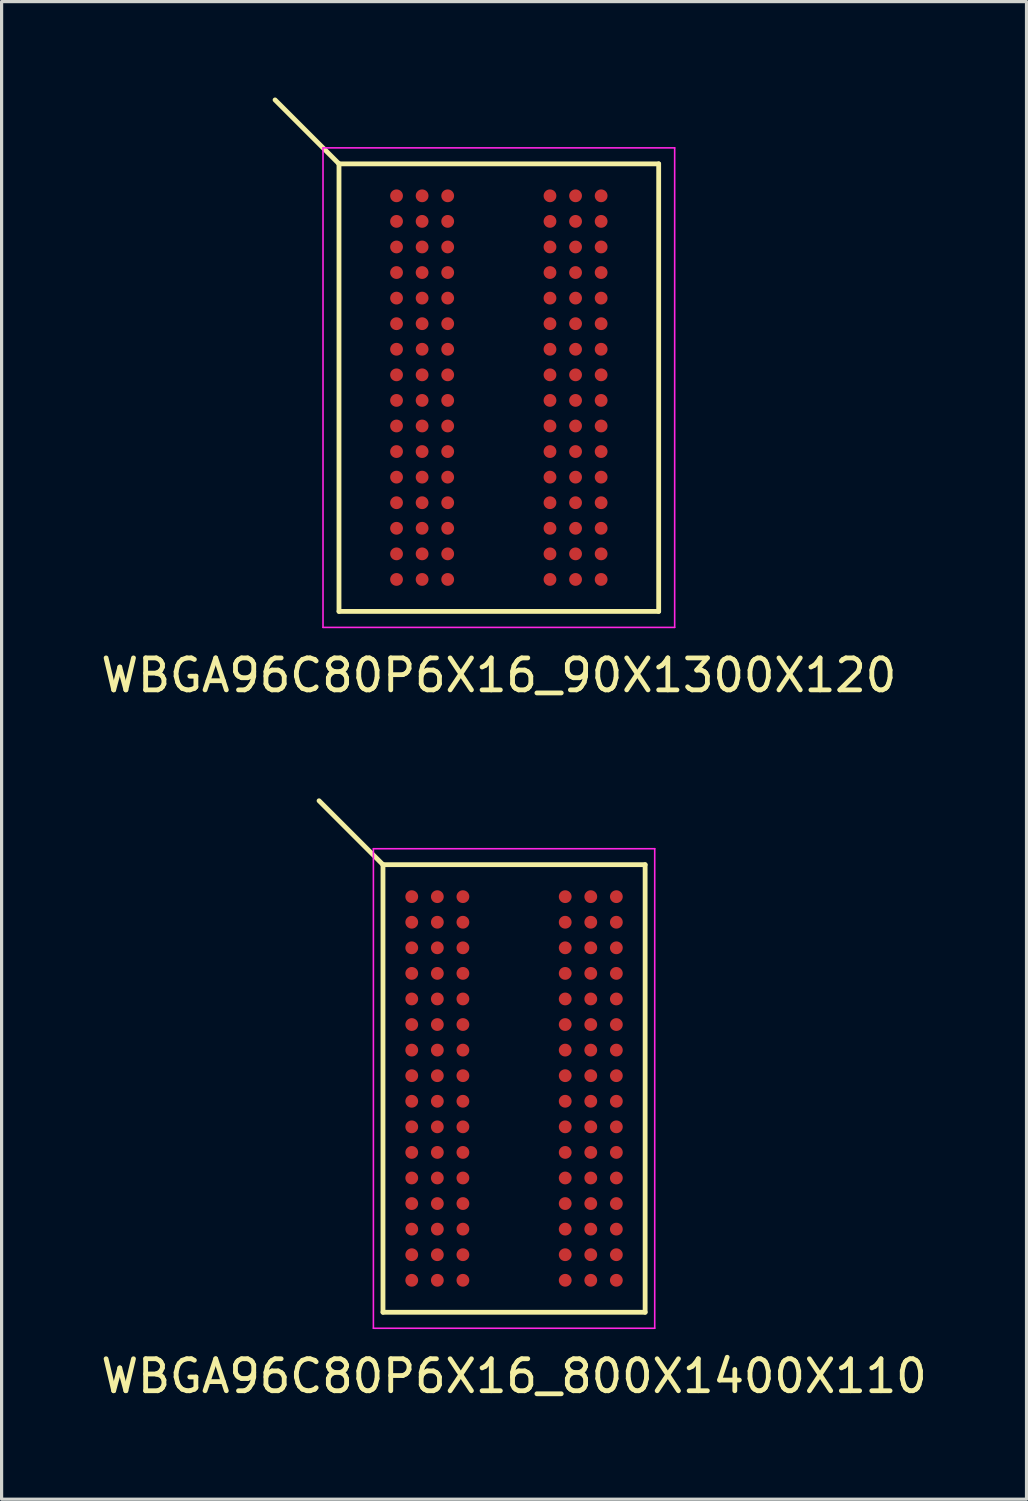
<source format=kicad_pcb>
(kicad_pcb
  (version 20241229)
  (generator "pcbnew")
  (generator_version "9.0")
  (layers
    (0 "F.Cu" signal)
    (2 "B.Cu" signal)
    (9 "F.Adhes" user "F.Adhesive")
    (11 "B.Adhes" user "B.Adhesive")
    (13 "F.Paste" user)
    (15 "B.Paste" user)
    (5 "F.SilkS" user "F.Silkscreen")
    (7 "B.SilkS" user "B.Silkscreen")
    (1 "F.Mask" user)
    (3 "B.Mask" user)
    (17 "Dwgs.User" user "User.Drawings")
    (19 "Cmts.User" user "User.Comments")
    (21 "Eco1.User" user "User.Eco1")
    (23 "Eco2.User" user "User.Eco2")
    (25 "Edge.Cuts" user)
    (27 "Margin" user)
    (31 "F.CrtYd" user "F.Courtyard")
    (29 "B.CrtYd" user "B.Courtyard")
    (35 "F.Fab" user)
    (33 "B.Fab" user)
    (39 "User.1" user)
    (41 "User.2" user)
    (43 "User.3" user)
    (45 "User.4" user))
  (footprint "WBGA96C80P6X16_90X1300X120"
    (layer "F.Cu")
    (at 12.554 9.075)
    (property "Reference" "WBGA96C80P6X16_90X1300X120" (at 0 9 0) (layer "F.SilkS") (effects (font (size 1 1) (thickness 0.15))))
    (attr smd)
    (fp_line (start -5 -7) (end -7 -9) (stroke (width 0.15) (type solid)) (layer "F.SilkS"))
    (fp_line (start -5 -7) (end 5 -7) (stroke (width 0.15) (type solid)) (layer "F.SilkS"))
    (fp_line (start -5 7) (end -5 -7) (stroke (width 0.15) (type solid)) (layer "F.SilkS"))
    (fp_line (start 5 -7) (end 5 7) (stroke (width 0.15) (type solid)) (layer "F.SilkS"))
    (fp_line (start 5 7) (end -5 7) (stroke (width 0.15) (type solid)) (layer "F.SilkS"))
    (fp_line (start -5.5 -7.5) (end 5.5 -7.5) (stroke (width 0.05) (type solid)) (layer "F.CrtYd"))
    (fp_line (start -5.5 7.5) (end -5.5 -7.5) (stroke (width 0.05) (type solid)) (layer "F.CrtYd"))
    (fp_line (start 5.5 -7.5) (end 5.5 7.5) (stroke (width 0.05) (type solid)) (layer "F.CrtYd"))
    (fp_line (start 5.5 7.5) (end -5.5 7.5) (stroke (width 0.05) (type solid)) (layer "F.CrtYd"))
    (pad "A1" smd circle (at -3.2 -6) (size 0.4 0.4) (layers "F.Cu" "F.Mask" "F.Paste"))
    (pad "A2" smd circle (at -2.4 -6) (size 0.4 0.4) (layers "F.Cu" "F.Mask" "F.Paste"))
    (pad "A3" smd circle (at -1.6 -6) (size 0.4 0.4) (layers "F.Cu" "F.Mask" "F.Paste"))
    (pad "A7" smd circle (at 1.6 -6) (size 0.4 0.4) (layers "F.Cu" "F.Mask" "F.Paste"))
    (pad "A8" smd circle (at 2.4 -6) (size 0.4 0.4) (layers "F.Cu" "F.Mask" "F.Paste"))
    (pad "A9" smd circle (at 3.2 -6) (size 0.4 0.4) (layers "F.Cu" "F.Mask" "F.Paste"))
    (pad "B1" smd circle (at -3.2 -5.2) (size 0.4 0.4) (layers "F.Cu" "F.Mask" "F.Paste"))
    (pad "B2" smd circle (at -2.4 -5.2) (size 0.4 0.4) (layers "F.Cu" "F.Mask" "F.Paste"))
    (pad "B3" smd circle (at -1.6 -5.2) (size 0.4 0.4) (layers "F.Cu" "F.Mask" "F.Paste"))
    (pad "B7" smd circle (at 1.6 -5.2) (size 0.4 0.4) (layers "F.Cu" "F.Mask" "F.Paste"))
    (pad "B8" smd circle (at 2.4 -5.2) (size 0.4 0.4) (layers "F.Cu" "F.Mask" "F.Paste"))
    (pad "B9" smd circle (at 3.2 -5.2) (size 0.4 0.4) (layers "F.Cu" "F.Mask" "F.Paste"))
    (pad "C1" smd circle (at -3.2 -4.4) (size 0.4 0.4) (layers "F.Cu" "F.Mask" "F.Paste"))
    (pad "C2" smd circle (at -2.4 -4.4) (size 0.4 0.4) (layers "F.Cu" "F.Mask" "F.Paste"))
    (pad "C3" smd circle (at -1.6 -4.4) (size 0.4 0.4) (layers "F.Cu" "F.Mask" "F.Paste"))
    (pad "C7" smd circle (at 1.6 -4.4) (size 0.4 0.4) (layers "F.Cu" "F.Mask" "F.Paste"))
    (pad "C8" smd circle (at 2.4 -4.4) (size 0.4 0.4) (layers "F.Cu" "F.Mask" "F.Paste"))
    (pad "C9" smd circle (at 3.2 -4.4) (size 0.4 0.4) (layers "F.Cu" "F.Mask" "F.Paste"))
    (pad "D1" smd circle (at -3.2 -3.6) (size 0.4 0.4) (layers "F.Cu" "F.Mask" "F.Paste"))
    (pad "D2" smd circle (at -2.4 -3.6) (size 0.4 0.4) (layers "F.Cu" "F.Mask" "F.Paste"))
    (pad "D3" smd circle (at -1.6 -3.6) (size 0.4 0.4) (layers "F.Cu" "F.Mask" "F.Paste"))
    (pad "D7" smd circle (at 1.6 -3.6) (size 0.4 0.4) (layers "F.Cu" "F.Mask" "F.Paste"))
    (pad "D8" smd circle (at 2.4 -3.6) (size 0.4 0.4) (layers "F.Cu" "F.Mask" "F.Paste"))
    (pad "D9" smd circle (at 3.2 -3.6) (size 0.4 0.4) (layers "F.Cu" "F.Mask" "F.Paste"))
    (pad "E1" smd circle (at -3.2 -2.8) (size 0.4 0.4) (layers "F.Cu" "F.Mask" "F.Paste"))
    (pad "E2" smd circle (at -2.4 -2.8) (size 0.4 0.4) (layers "F.Cu" "F.Mask" "F.Paste"))
    (pad "E3" smd circle (at -1.6 -2.8) (size 0.4 0.4) (layers "F.Cu" "F.Mask" "F.Paste"))
    (pad "E7" smd circle (at 1.6 -2.8) (size 0.4 0.4) (layers "F.Cu" "F.Mask" "F.Paste"))
    (pad "E8" smd circle (at 2.4 -2.8) (size 0.4 0.4) (layers "F.Cu" "F.Mask" "F.Paste"))
    (pad "E9" smd circle (at 3.2 -2.8) (size 0.4 0.4) (layers "F.Cu" "F.Mask" "F.Paste"))
    (pad "F1" smd circle (at -3.2 -2) (size 0.4 0.4) (layers "F.Cu" "F.Mask" "F.Paste"))
    (pad "F2" smd circle (at -2.4 -2) (size 0.4 0.4) (layers "F.Cu" "F.Mask" "F.Paste"))
    (pad "F3" smd circle (at -1.6 -2) (size 0.4 0.4) (layers "F.Cu" "F.Mask" "F.Paste"))
    (pad "F7" smd circle (at 1.6 -2) (size 0.4 0.4) (layers "F.Cu" "F.Mask" "F.Paste"))
    (pad "F8" smd circle (at 2.4 -2) (size 0.4 0.4) (layers "F.Cu" "F.Mask" "F.Paste"))
    (pad "F9" smd circle (at 3.2 -2) (size 0.4 0.4) (layers "F.Cu" "F.Mask" "F.Paste"))
    (pad "G1" smd circle (at -3.2 -1.2) (size 0.4 0.4) (layers "F.Cu" "F.Mask" "F.Paste"))
    (pad "G2" smd circle (at -2.4 -1.2) (size 0.4 0.4) (layers "F.Cu" "F.Mask" "F.Paste"))
    (pad "G3" smd circle (at -1.6 -1.2) (size 0.4 0.4) (layers "F.Cu" "F.Mask" "F.Paste"))
    (pad "G7" smd circle (at 1.6 -1.2) (size 0.4 0.4) (layers "F.Cu" "F.Mask" "F.Paste"))
    (pad "G8" smd circle (at 2.4 -1.2) (size 0.4 0.4) (layers "F.Cu" "F.Mask" "F.Paste"))
    (pad "G9" smd circle (at 3.2 -1.2) (size 0.4 0.4) (layers "F.Cu" "F.Mask" "F.Paste"))
    (pad "H1" smd circle (at -3.2 -0.4) (size 0.4 0.4) (layers "F.Cu" "F.Mask" "F.Paste"))
    (pad "H2" smd circle (at -2.4 -0.4) (size 0.4 0.4) (layers "F.Cu" "F.Mask" "F.Paste"))
    (pad "H3" smd circle (at -1.6 -0.4) (size 0.4 0.4) (layers "F.Cu" "F.Mask" "F.Paste"))
    (pad "H7" smd circle (at 1.6 -0.4) (size 0.4 0.4) (layers "F.Cu" "F.Mask" "F.Paste"))
    (pad "H8" smd circle (at 2.4 -0.4) (size 0.4 0.4) (layers "F.Cu" "F.Mask" "F.Paste"))
    (pad "H9" smd circle (at 3.2 -0.4) (size 0.4 0.4) (layers "F.Cu" "F.Mask" "F.Paste"))
    (pad "J1" smd circle (at -3.2 0.4) (size 0.4 0.4) (layers "F.Cu" "F.Mask" "F.Paste"))
    (pad "J2" smd circle (at -2.4 0.4) (size 0.4 0.4) (layers "F.Cu" "F.Mask" "F.Paste"))
    (pad "J3" smd circle (at -1.6 0.4) (size 0.4 0.4) (layers "F.Cu" "F.Mask" "F.Paste"))
    (pad "J7" smd circle (at 1.6 0.4) (size 0.4 0.4) (layers "F.Cu" "F.Mask" "F.Paste"))
    (pad "J8" smd circle (at 2.4 0.4) (size 0.4 0.4) (layers "F.Cu" "F.Mask" "F.Paste"))
    (pad "J9" smd circle (at 3.2 0.4) (size 0.4 0.4) (layers "F.Cu" "F.Mask" "F.Paste"))
    (pad "K1" smd circle (at -3.2 1.2) (size 0.4 0.4) (layers "F.Cu" "F.Mask" "F.Paste"))
    (pad "K2" smd circle (at -2.4 1.2) (size 0.4 0.4) (layers "F.Cu" "F.Mask" "F.Paste"))
    (pad "K3" smd circle (at -1.6 1.2) (size 0.4 0.4) (layers "F.Cu" "F.Mask" "F.Paste"))
    (pad "K7" smd circle (at 1.6 1.2) (size 0.4 0.4) (layers "F.Cu" "F.Mask" "F.Paste"))
    (pad "K8" smd circle (at 2.4 1.2) (size 0.4 0.4) (layers "F.Cu" "F.Mask" "F.Paste"))
    (pad "K9" smd circle (at 3.2 1.2) (size 0.4 0.4) (layers "F.Cu" "F.Mask" "F.Paste"))
    (pad "L1" smd circle (at -3.2 2) (size 0.4 0.4) (layers "F.Cu" "F.Mask" "F.Paste"))
    (pad "L2" smd circle (at -2.4 2) (size 0.4 0.4) (layers "F.Cu" "F.Mask" "F.Paste"))
    (pad "L3" smd circle (at -1.6 2) (size 0.4 0.4) (layers "F.Cu" "F.Mask" "F.Paste"))
    (pad "L7" smd circle (at 1.6 2) (size 0.4 0.4) (layers "F.Cu" "F.Mask" "F.Paste"))
    (pad "L8" smd circle (at 2.4 2) (size 0.4 0.4) (layers "F.Cu" "F.Mask" "F.Paste"))
    (pad "L9" smd circle (at 3.2 2) (size 0.4 0.4) (layers "F.Cu" "F.Mask" "F.Paste"))
    (pad "M1" smd circle (at -3.2 2.8) (size 0.4 0.4) (layers "F.Cu" "F.Mask" "F.Paste"))
    (pad "M2" smd circle (at -2.4 2.8) (size 0.4 0.4) (layers "F.Cu" "F.Mask" "F.Paste"))
    (pad "M3" smd circle (at -1.6 2.8) (size 0.4 0.4) (layers "F.Cu" "F.Mask" "F.Paste"))
    (pad "M7" smd circle (at 1.6 2.8) (size 0.4 0.4) (layers "F.Cu" "F.Mask" "F.Paste"))
    (pad "M8" smd circle (at 2.4 2.8) (size 0.4 0.4) (layers "F.Cu" "F.Mask" "F.Paste"))
    (pad "M9" smd circle (at 3.2 2.8) (size 0.4 0.4) (layers "F.Cu" "F.Mask" "F.Paste"))
    (pad "N1" smd circle (at -3.2 3.6) (size 0.4 0.4) (layers "F.Cu" "F.Mask" "F.Paste"))
    (pad "N2" smd circle (at -2.4 3.6) (size 0.4 0.4) (layers "F.Cu" "F.Mask" "F.Paste"))
    (pad "N3" smd circle (at -1.6 3.6) (size 0.4 0.4) (layers "F.Cu" "F.Mask" "F.Paste"))
    (pad "N7" smd circle (at 1.6 3.6) (size 0.4 0.4) (layers "F.Cu" "F.Mask" "F.Paste"))
    (pad "N8" smd circle (at 2.4 3.6) (size 0.4 0.4) (layers "F.Cu" "F.Mask" "F.Paste"))
    (pad "N9" smd circle (at 3.2 3.6) (size 0.4 0.4) (layers "F.Cu" "F.Mask" "F.Paste"))
    (pad "P1" smd circle (at -3.2 4.4) (size 0.4 0.4) (layers "F.Cu" "F.Mask" "F.Paste"))
    (pad "P2" smd circle (at -2.4 4.4) (size 0.4 0.4) (layers "F.Cu" "F.Mask" "F.Paste"))
    (pad "P3" smd circle (at -1.6 4.4) (size 0.4 0.4) (layers "F.Cu" "F.Mask" "F.Paste"))
    (pad "P7" smd circle (at 1.6 4.4) (size 0.4 0.4) (layers "F.Cu" "F.Mask" "F.Paste"))
    (pad "P8" smd circle (at 2.4 4.4) (size 0.4 0.4) (layers "F.Cu" "F.Mask" "F.Paste"))
    (pad "P9" smd circle (at 3.2 4.4) (size 0.4 0.4) (layers "F.Cu" "F.Mask" "F.Paste"))
    (pad "R1" smd circle (at -3.2 5.2) (size 0.4 0.4) (layers "F.Cu" "F.Mask" "F.Paste"))
    (pad "R2" smd circle (at -2.4 5.2) (size 0.4 0.4) (layers "F.Cu" "F.Mask" "F.Paste"))
    (pad "R3" smd circle (at -1.6 5.2) (size 0.4 0.4) (layers "F.Cu" "F.Mask" "F.Paste"))
    (pad "R7" smd circle (at 1.6 5.2) (size 0.4 0.4) (layers "F.Cu" "F.Mask" "F.Paste"))
    (pad "R8" smd circle (at 2.4 5.2) (size 0.4 0.4) (layers "F.Cu" "F.Mask" "F.Paste"))
    (pad "R9" smd circle (at 3.2 5.2) (size 0.4 0.4) (layers "F.Cu" "F.Mask" "F.Paste"))
    (pad "T1" smd circle (at -3.2 6) (size 0.4 0.4) (layers "F.Cu" "F.Mask" "F.Paste"))
    (pad "T2" smd circle (at -2.4 6) (size 0.4 0.4) (layers "F.Cu" "F.Mask" "F.Paste"))
    (pad "T3" smd circle (at -1.6 6) (size 0.4 0.4) (layers "F.Cu" "F.Mask" "F.Paste"))
    (pad "T7" smd circle (at 1.6 6) (size 0.4 0.4) (layers "F.Cu" "F.Mask" "F.Paste"))
    (pad "T8" smd circle (at 2.4 6) (size 0.4 0.4) (layers "F.Cu" "F.Mask" "F.Paste"))
    (pad "T9" smd circle (at 3.2 6) (size 0.4 0.4) (layers "F.Cu" "F.Mask" "F.Paste")))
  (footprint "WBGA96C80P6X16_800X1400X110"
    (layer "F.Cu")
    (at 13.03 30.998)
    (property "Reference" "WBGA96C80P6X16_800X1400X110" (at 0 9 0) (layer "F.SilkS") (effects (font (size 1 1) (thickness 0.15))))
    (attr smd)
    (fp_line (start -4.1 -7) (end -6.1 -9) (stroke (width 0.15) (type solid)) (layer "F.SilkS"))
    (fp_line (start -4.1 -7) (end 4.1 -7) (stroke (width 0.15) (type solid)) (layer "F.SilkS"))
    (fp_line (start -4.1 7) (end -4.1 -7) (stroke (width 0.15) (type solid)) (layer "F.SilkS"))
    (fp_line (start 4.1 -7) (end 4.1 7) (stroke (width 0.15) (type solid)) (layer "F.SilkS"))
    (fp_line (start 4.1 7) (end -4.1 7) (stroke (width 0.15) (type solid)) (layer "F.SilkS"))
    (fp_line (start -4.4 -7.5) (end 4.4 -7.5) (stroke (width 0.05) (type solid)) (layer "F.CrtYd"))
    (fp_line (start -4.4 7.5) (end -4.4 -7.5) (stroke (width 0.05) (type solid)) (layer "F.CrtYd"))
    (fp_line (start 4.4 -7.5) (end 4.4 7.5) (stroke (width 0.05) (type solid)) (layer "F.CrtYd"))
    (fp_line (start 4.4 7.5) (end -4.4 7.5) (stroke (width 0.05) (type solid)) (layer "F.CrtYd"))
    (pad "A1" smd circle (at -3.2 -6) (size 0.4 0.4) (layers "F.Cu" "F.Mask" "F.Paste"))
    (pad "A2" smd circle (at -2.4 -6) (size 0.4 0.4) (layers "F.Cu" "F.Mask" "F.Paste"))
    (pad "A3" smd circle (at -1.6 -6) (size 0.4 0.4) (layers "F.Cu" "F.Mask" "F.Paste"))
    (pad "A7" smd circle (at 1.6 -6) (size 0.4 0.4) (layers "F.Cu" "F.Mask" "F.Paste"))
    (pad "A8" smd circle (at 2.4 -6) (size 0.4 0.4) (layers "F.Cu" "F.Mask" "F.Paste"))
    (pad "A9" smd circle (at 3.2 -6) (size 0.4 0.4) (layers "F.Cu" "F.Mask" "F.Paste"))
    (pad "B1" smd circle (at -3.2 -5.2) (size 0.4 0.4) (layers "F.Cu" "F.Mask" "F.Paste"))
    (pad "B2" smd circle (at -2.4 -5.2) (size 0.4 0.4) (layers "F.Cu" "F.Mask" "F.Paste"))
    (pad "B3" smd circle (at -1.6 -5.2) (size 0.4 0.4) (layers "F.Cu" "F.Mask" "F.Paste"))
    (pad "B7" smd circle (at 1.6 -5.2) (size 0.4 0.4) (layers "F.Cu" "F.Mask" "F.Paste"))
    (pad "B8" smd circle (at 2.4 -5.2) (size 0.4 0.4) (layers "F.Cu" "F.Mask" "F.Paste"))
    (pad "B9" smd circle (at 3.2 -5.2) (size 0.4 0.4) (layers "F.Cu" "F.Mask" "F.Paste"))
    (pad "C1" smd circle (at -3.2 -4.4) (size 0.4 0.4) (layers "F.Cu" "F.Mask" "F.Paste"))
    (pad "C2" smd circle (at -2.4 -4.4) (size 0.4 0.4) (layers "F.Cu" "F.Mask" "F.Paste"))
    (pad "C3" smd circle (at -1.6 -4.4) (size 0.4 0.4) (layers "F.Cu" "F.Mask" "F.Paste"))
    (pad "C7" smd circle (at 1.6 -4.4) (size 0.4 0.4) (layers "F.Cu" "F.Mask" "F.Paste"))
    (pad "C8" smd circle (at 2.4 -4.4) (size 0.4 0.4) (layers "F.Cu" "F.Mask" "F.Paste"))
    (pad "C9" smd circle (at 3.2 -4.4) (size 0.4 0.4) (layers "F.Cu" "F.Mask" "F.Paste"))
    (pad "D1" smd circle (at -3.2 -3.6) (size 0.4 0.4) (layers "F.Cu" "F.Mask" "F.Paste"))
    (pad "D2" smd circle (at -2.4 -3.6) (size 0.4 0.4) (layers "F.Cu" "F.Mask" "F.Paste"))
    (pad "D3" smd circle (at -1.6 -3.6) (size 0.4 0.4) (layers "F.Cu" "F.Mask" "F.Paste"))
    (pad "D7" smd circle (at 1.6 -3.6) (size 0.4 0.4) (layers "F.Cu" "F.Mask" "F.Paste"))
    (pad "D8" smd circle (at 2.4 -3.6) (size 0.4 0.4) (layers "F.Cu" "F.Mask" "F.Paste"))
    (pad "D9" smd circle (at 3.2 -3.6) (size 0.4 0.4) (layers "F.Cu" "F.Mask" "F.Paste"))
    (pad "E1" smd circle (at -3.2 -2.8) (size 0.4 0.4) (layers "F.Cu" "F.Mask" "F.Paste"))
    (pad "E2" smd circle (at -2.4 -2.8) (size 0.4 0.4) (layers "F.Cu" "F.Mask" "F.Paste"))
    (pad "E3" smd circle (at -1.6 -2.8) (size 0.4 0.4) (layers "F.Cu" "F.Mask" "F.Paste"))
    (pad "E7" smd circle (at 1.6 -2.8) (size 0.4 0.4) (layers "F.Cu" "F.Mask" "F.Paste"))
    (pad "E8" smd circle (at 2.4 -2.8) (size 0.4 0.4) (layers "F.Cu" "F.Mask" "F.Paste"))
    (pad "E9" smd circle (at 3.2 -2.8) (size 0.4 0.4) (layers "F.Cu" "F.Mask" "F.Paste"))
    (pad "F1" smd circle (at -3.2 -2) (size 0.4 0.4) (layers "F.Cu" "F.Mask" "F.Paste"))
    (pad "F2" smd circle (at -2.4 -2) (size 0.4 0.4) (layers "F.Cu" "F.Mask" "F.Paste"))
    (pad "F3" smd circle (at -1.6 -2) (size 0.4 0.4) (layers "F.Cu" "F.Mask" "F.Paste"))
    (pad "F7" smd circle (at 1.6 -2) (size 0.4 0.4) (layers "F.Cu" "F.Mask" "F.Paste"))
    (pad "F8" smd circle (at 2.4 -2) (size 0.4 0.4) (layers "F.Cu" "F.Mask" "F.Paste"))
    (pad "F9" smd circle (at 3.2 -2) (size 0.4 0.4) (layers "F.Cu" "F.Mask" "F.Paste"))
    (pad "G1" smd circle (at -3.2 -1.2) (size 0.4 0.4) (layers "F.Cu" "F.Mask" "F.Paste"))
    (pad "G2" smd circle (at -2.4 -1.2) (size 0.4 0.4) (layers "F.Cu" "F.Mask" "F.Paste"))
    (pad "G3" smd circle (at -1.6 -1.2) (size 0.4 0.4) (layers "F.Cu" "F.Mask" "F.Paste"))
    (pad "G7" smd circle (at 1.6 -1.2) (size 0.4 0.4) (layers "F.Cu" "F.Mask" "F.Paste"))
    (pad "G8" smd circle (at 2.4 -1.2) (size 0.4 0.4) (layers "F.Cu" "F.Mask" "F.Paste"))
    (pad "G9" smd circle (at 3.2 -1.2) (size 0.4 0.4) (layers "F.Cu" "F.Mask" "F.Paste"))
    (pad "H1" smd circle (at -3.2 -0.4) (size 0.4 0.4) (layers "F.Cu" "F.Mask" "F.Paste"))
    (pad "H2" smd circle (at -2.4 -0.4) (size 0.4 0.4) (layers "F.Cu" "F.Mask" "F.Paste"))
    (pad "H3" smd circle (at -1.6 -0.4) (size 0.4 0.4) (layers "F.Cu" "F.Mask" "F.Paste"))
    (pad "H7" smd circle (at 1.6 -0.4) (size 0.4 0.4) (layers "F.Cu" "F.Mask" "F.Paste"))
    (pad "H8" smd circle (at 2.4 -0.4) (size 0.4 0.4) (layers "F.Cu" "F.Mask" "F.Paste"))
    (pad "H9" smd circle (at 3.2 -0.4) (size 0.4 0.4) (layers "F.Cu" "F.Mask" "F.Paste"))
    (pad "J1" smd circle (at -3.2 0.4) (size 0.4 0.4) (layers "F.Cu" "F.Mask" "F.Paste"))
    (pad "J2" smd circle (at -2.4 0.4) (size 0.4 0.4) (layers "F.Cu" "F.Mask" "F.Paste"))
    (pad "J3" smd circle (at -1.6 0.4) (size 0.4 0.4) (layers "F.Cu" "F.Mask" "F.Paste"))
    (pad "J7" smd circle (at 1.6 0.4) (size 0.4 0.4) (layers "F.Cu" "F.Mask" "F.Paste"))
    (pad "J8" smd circle (at 2.4 0.4) (size 0.4 0.4) (layers "F.Cu" "F.Mask" "F.Paste"))
    (pad "J9" smd circle (at 3.2 0.4) (size 0.4 0.4) (layers "F.Cu" "F.Mask" "F.Paste"))
    (pad "K1" smd circle (at -3.2 1.2) (size 0.4 0.4) (layers "F.Cu" "F.Mask" "F.Paste"))
    (pad "K2" smd circle (at -2.4 1.2) (size 0.4 0.4) (layers "F.Cu" "F.Mask" "F.Paste"))
    (pad "K3" smd circle (at -1.6 1.2) (size 0.4 0.4) (layers "F.Cu" "F.Mask" "F.Paste"))
    (pad "K7" smd circle (at 1.6 1.2) (size 0.4 0.4) (layers "F.Cu" "F.Mask" "F.Paste"))
    (pad "K8" smd circle (at 2.4 1.2) (size 0.4 0.4) (layers "F.Cu" "F.Mask" "F.Paste"))
    (pad "K9" smd circle (at 3.2 1.2) (size 0.4 0.4) (layers "F.Cu" "F.Mask" "F.Paste"))
    (pad "L1" smd circle (at -3.2 2) (size 0.4 0.4) (layers "F.Cu" "F.Mask" "F.Paste"))
    (pad "L2" smd circle (at -2.4 2) (size 0.4 0.4) (layers "F.Cu" "F.Mask" "F.Paste"))
    (pad "L3" smd circle (at -1.6 2) (size 0.4 0.4) (layers "F.Cu" "F.Mask" "F.Paste"))
    (pad "L7" smd circle (at 1.6 2) (size 0.4 0.4) (layers "F.Cu" "F.Mask" "F.Paste"))
    (pad "L8" smd circle (at 2.4 2) (size 0.4 0.4) (layers "F.Cu" "F.Mask" "F.Paste"))
    (pad "L9" smd circle (at 3.2 2) (size 0.4 0.4) (layers "F.Cu" "F.Mask" "F.Paste"))
    (pad "M1" smd circle (at -3.2 2.8) (size 0.4 0.4) (layers "F.Cu" "F.Mask" "F.Paste"))
    (pad "M2" smd circle (at -2.4 2.8) (size 0.4 0.4) (layers "F.Cu" "F.Mask" "F.Paste"))
    (pad "M3" smd circle (at -1.6 2.8) (size 0.4 0.4) (layers "F.Cu" "F.Mask" "F.Paste"))
    (pad "M7" smd circle (at 1.6 2.8) (size 0.4 0.4) (layers "F.Cu" "F.Mask" "F.Paste"))
    (pad "M8" smd circle (at 2.4 2.8) (size 0.4 0.4) (layers "F.Cu" "F.Mask" "F.Paste"))
    (pad "M9" smd circle (at 3.2 2.8) (size 0.4 0.4) (layers "F.Cu" "F.Mask" "F.Paste"))
    (pad "N1" smd circle (at -3.2 3.6) (size 0.4 0.4) (layers "F.Cu" "F.Mask" "F.Paste"))
    (pad "N2" smd circle (at -2.4 3.6) (size 0.4 0.4) (layers "F.Cu" "F.Mask" "F.Paste"))
    (pad "N3" smd circle (at -1.6 3.6) (size 0.4 0.4) (layers "F.Cu" "F.Mask" "F.Paste"))
    (pad "N7" smd circle (at 1.6 3.6) (size 0.4 0.4) (layers "F.Cu" "F.Mask" "F.Paste"))
    (pad "N8" smd circle (at 2.4 3.6) (size 0.4 0.4) (layers "F.Cu" "F.Mask" "F.Paste"))
    (pad "N9" smd circle (at 3.2 3.6) (size 0.4 0.4) (layers "F.Cu" "F.Mask" "F.Paste"))
    (pad "P1" smd circle (at -3.2 4.4) (size 0.4 0.4) (layers "F.Cu" "F.Mask" "F.Paste"))
    (pad "P2" smd circle (at -2.4 4.4) (size 0.4 0.4) (layers "F.Cu" "F.Mask" "F.Paste"))
    (pad "P3" smd circle (at -1.6 4.4) (size 0.4 0.4) (layers "F.Cu" "F.Mask" "F.Paste"))
    (pad "P7" smd circle (at 1.6 4.4) (size 0.4 0.4) (layers "F.Cu" "F.Mask" "F.Paste"))
    (pad "P8" smd circle (at 2.4 4.4) (size 0.4 0.4) (layers "F.Cu" "F.Mask" "F.Paste"))
    (pad "P9" smd circle (at 3.2 4.4) (size 0.4 0.4) (layers "F.Cu" "F.Mask" "F.Paste"))
    (pad "R1" smd circle (at -3.2 5.2) (size 0.4 0.4) (layers "F.Cu" "F.Mask" "F.Paste"))
    (pad "R2" smd circle (at -2.4 5.2) (size 0.4 0.4) (layers "F.Cu" "F.Mask" "F.Paste"))
    (pad "R3" smd circle (at -1.6 5.2) (size 0.4 0.4) (layers "F.Cu" "F.Mask" "F.Paste"))
    (pad "R7" smd circle (at 1.6 5.2) (size 0.4 0.4) (layers "F.Cu" "F.Mask" "F.Paste"))
    (pad "R8" smd circle (at 2.4 5.2) (size 0.4 0.4) (layers "F.Cu" "F.Mask" "F.Paste"))
    (pad "R9" smd circle (at 3.2 5.2) (size 0.4 0.4) (layers "F.Cu" "F.Mask" "F.Paste"))
    (pad "T1" smd circle (at -3.2 6) (size 0.4 0.4) (layers "F.Cu" "F.Mask" "F.Paste"))
    (pad "T2" smd circle (at -2.4 6) (size 0.4 0.4) (layers "F.Cu" "F.Mask" "F.Paste"))
    (pad "T3" smd circle (at -1.6 6) (size 0.4 0.4) (layers "F.Cu" "F.Mask" "F.Paste"))
    (pad "T7" smd circle (at 1.6 6) (size 0.4 0.4) (layers "F.Cu" "F.Mask" "F.Paste"))
    (pad "T8" smd circle (at 2.4 6) (size 0.4 0.4) (layers "F.Cu" "F.Mask" "F.Paste"))
    (pad "T9" smd circle (at 3.2 6) (size 0.4 0.4) (layers "F.Cu" "F.Mask" "F.Paste")))
  (gr_rect
    (start -3 -3)
    (end 29.06 43.846)
    (stroke (width 0.1) (type default))
    (fill no)
    (layer "Edge.Cuts")))
</source>
